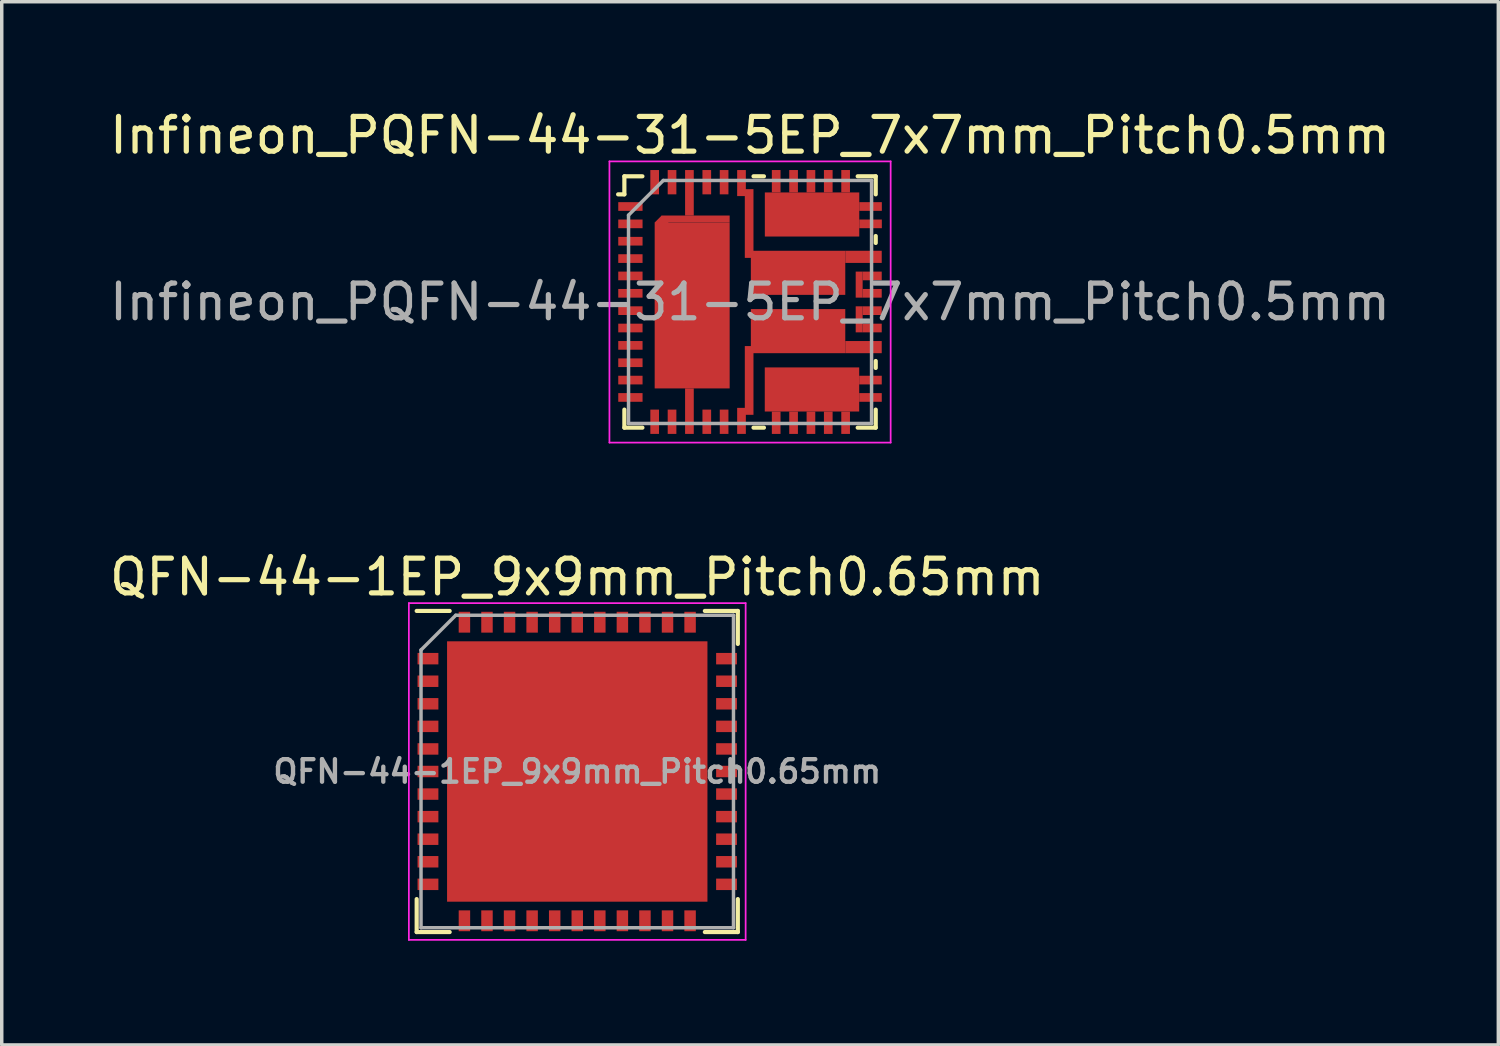
<source format=kicad_pcb>
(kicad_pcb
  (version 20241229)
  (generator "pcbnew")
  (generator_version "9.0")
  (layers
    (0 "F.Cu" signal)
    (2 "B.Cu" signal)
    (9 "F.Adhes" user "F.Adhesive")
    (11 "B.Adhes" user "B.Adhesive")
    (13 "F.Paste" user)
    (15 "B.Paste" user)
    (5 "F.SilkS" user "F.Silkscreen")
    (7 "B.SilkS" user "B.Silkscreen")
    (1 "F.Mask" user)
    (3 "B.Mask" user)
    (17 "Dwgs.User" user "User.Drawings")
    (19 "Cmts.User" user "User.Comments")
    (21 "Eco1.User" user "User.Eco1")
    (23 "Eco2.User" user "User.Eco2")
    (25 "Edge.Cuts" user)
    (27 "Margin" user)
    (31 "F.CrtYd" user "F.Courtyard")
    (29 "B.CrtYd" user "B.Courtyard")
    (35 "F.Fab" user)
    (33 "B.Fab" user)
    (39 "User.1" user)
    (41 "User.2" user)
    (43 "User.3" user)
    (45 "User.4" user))
  (footprint "QFN-44-1EP_9x9mm_Pitch0.65mm"
    (layer "F.Cu")
    (at 13.577 19.172)
    (property "Reference" "QFN-44-1EP_9x9mm_Pitch0.65mm" (at 0 -5.6 0) (layer "F.SilkS") (effects (font (size 1 1) (thickness 0.15))))
    (attr smd)
    (fp_line (start -4.625 -4.625) (end -3.675 -4.625) (stroke (width 0.12) (type solid)) (layer "F.SilkS"))
    (fp_line (start -4.625 4.625) (end -4.625 3.675) (stroke (width 0.12) (type solid)) (layer "F.SilkS"))
    (fp_line (start -3.675 4.625) (end -4.625 4.625) (stroke (width 0.12) (type solid)) (layer "F.SilkS"))
    (fp_line (start 3.675 -4.625) (end 4.625 -4.625) (stroke (width 0.12) (type solid)) (layer "F.SilkS"))
    (fp_line (start 3.675 4.625) (end 4.625 4.625) (stroke (width 0.12) (type solid)) (layer "F.SilkS"))
    (fp_line (start 4.625 -4.625) (end 4.625 -3.675) (stroke (width 0.12) (type solid)) (layer "F.SilkS"))
    (fp_line (start 4.625 4.625) (end 4.625 3.675) (stroke (width 0.12) (type solid)) (layer "F.SilkS"))
    (fp_line (start -4.85 -4.85) (end -4.85 4.85) (stroke (width 0.05) (type solid)) (layer "F.CrtYd"))
    (fp_line (start -4.85 4.85) (end 4.85 4.85) (stroke (width 0.05) (type solid)) (layer "F.CrtYd"))
    (fp_line (start 4.85 -4.85) (end -4.85 -4.85) (stroke (width 0.05) (type solid)) (layer "F.CrtYd"))
    (fp_line (start 4.85 4.85) (end 4.85 -4.85) (stroke (width 0.05) (type solid)) (layer "F.CrtYd"))
    (fp_line (start -4.5 -3.5) (end -3.5 -4.5) (stroke (width 0.1) (type solid)) (layer "F.Fab"))
    (fp_line (start -4.5 4.5) (end -4.5 -3.5) (stroke (width 0.1) (type solid)) (layer "F.Fab"))
    (fp_line (start -3.5 -4.5) (end 4.5 -4.5) (stroke (width 0.1) (type solid)) (layer "F.Fab"))
    (fp_line (start 4.5 -4.5) (end 4.5 4.5) (stroke (width 0.1) (type solid)) (layer "F.Fab"))
    (fp_line (start 4.5 4.5) (end -4.5 4.5) (stroke (width 0.1) (type solid)) (layer "F.Fab"))
    (fp_text user "${REFERENCE}" (at 0 0 0) (layer "F.Fab") (effects (font (size 0.65 0.65) (thickness 0.125))))
    (pad "" smd rect (at -1.875 -1.875) (size 2.65 2.65) (layers "F.Paste"))
    (pad "" smd rect (at -1.875 1.875) (size 2.65 2.65) (layers "F.Paste"))
    (pad "" smd rect (at 1.875 -1.875) (size 2.65 2.65) (layers "F.Paste"))
    (pad "" smd rect (at 1.875 1.875) (size 2.65 2.65) (layers "F.Paste"))
    (pad "1" smd rect (at -4.3 -3.25) (size 0.6 0.33) (layers "F.Cu" "F.Mask" "F.Paste"))
    (pad "2" smd rect (at -4.3 -2.6) (size 0.6 0.33) (layers "F.Cu" "F.Mask" "F.Paste"))
    (pad "3" smd rect (at -4.3 -1.95) (size 0.6 0.33) (layers "F.Cu" "F.Mask" "F.Paste"))
    (pad "4" smd rect (at -4.3 -1.3) (size 0.6 0.33) (layers "F.Cu" "F.Mask" "F.Paste"))
    (pad "5" smd rect (at -4.3 -0.65) (size 0.6 0.33) (layers "F.Cu" "F.Mask" "F.Paste"))
    (pad "6" smd rect (at -4.3 0) (size 0.6 0.33) (layers "F.Cu" "F.Mask" "F.Paste"))
    (pad "7" smd rect (at -4.3 0.65) (size 0.6 0.33) (layers "F.Cu" "F.Mask" "F.Paste"))
    (pad "8" smd rect (at -4.3 1.3) (size 0.6 0.33) (layers "F.Cu" "F.Mask" "F.Paste"))
    (pad "9" smd rect (at -4.3 1.95) (size 0.6 0.33) (layers "F.Cu" "F.Mask" "F.Paste"))
    (pad "10" smd rect (at -4.3 2.6) (size 0.6 0.33) (layers "F.Cu" "F.Mask" "F.Paste"))
    (pad "11" smd rect (at -4.3 3.25) (size 0.6 0.33) (layers "F.Cu" "F.Mask" "F.Paste"))
    (pad "12" smd rect (at -3.25 4.3 90) (size 0.6 0.33) (layers "F.Cu" "F.Mask" "F.Paste"))
    (pad "13" smd rect (at -2.6 4.3 90) (size 0.6 0.33) (layers "F.Cu" "F.Mask" "F.Paste"))
    (pad "14" smd rect (at -1.95 4.3 90) (size 0.6 0.33) (layers "F.Cu" "F.Mask" "F.Paste"))
    (pad "15" smd rect (at -1.3 4.3 90) (size 0.6 0.33) (layers "F.Cu" "F.Mask" "F.Paste"))
    (pad "16" smd rect (at -0.65 4.3 90) (size 0.6 0.33) (layers "F.Cu" "F.Mask" "F.Paste"))
    (pad "17" smd rect (at 0 4.3 90) (size 0.6 0.33) (layers "F.Cu" "F.Mask" "F.Paste"))
    (pad "18" smd rect (at 0.65 4.3 90) (size 0.6 0.33) (layers "F.Cu" "F.Mask" "F.Paste"))
    (pad "19" smd rect (at 1.3 4.3 90) (size 0.6 0.33) (layers "F.Cu" "F.Mask" "F.Paste"))
    (pad "20" smd rect (at 1.95 4.3 90) (size 0.6 0.33) (layers "F.Cu" "F.Mask" "F.Paste"))
    (pad "21" smd rect (at 2.6 4.3 90) (size 0.6 0.33) (layers "F.Cu" "F.Mask" "F.Paste"))
    (pad "22" smd rect (at 3.25 4.3 90) (size 0.6 0.33) (layers "F.Cu" "F.Mask" "F.Paste"))
    (pad "23" smd rect (at 4.3 3.25) (size 0.6 0.33) (layers "F.Cu" "F.Mask" "F.Paste"))
    (pad "24" smd rect (at 4.3 2.6) (size 0.6 0.33) (layers "F.Cu" "F.Mask" "F.Paste"))
    (pad "25" smd rect (at 4.3 1.95) (size 0.6 0.33) (layers "F.Cu" "F.Mask" "F.Paste"))
    (pad "26" smd rect (at 4.3 1.3) (size 0.6 0.33) (layers "F.Cu" "F.Mask" "F.Paste"))
    (pad "27" smd rect (at 4.3 0.65) (size 0.6 0.33) (layers "F.Cu" "F.Mask" "F.Paste"))
    (pad "28" smd rect (at 4.3 0) (size 0.6 0.33) (layers "F.Cu" "F.Mask" "F.Paste"))
    (pad "29" smd rect (at 4.3 -0.65) (size 0.6 0.33) (layers "F.Cu" "F.Mask" "F.Paste"))
    (pad "30" smd rect (at 4.3 -1.3) (size 0.6 0.33) (layers "F.Cu" "F.Mask" "F.Paste"))
    (pad "31" smd rect (at 4.3 -1.95) (size 0.6 0.33) (layers "F.Cu" "F.Mask" "F.Paste"))
    (pad "32" smd rect (at 4.3 -2.6) (size 0.6 0.33) (layers "F.Cu" "F.Mask" "F.Paste"))
    (pad "33" smd rect (at 4.3 -3.25) (size 0.6 0.33) (layers "F.Cu" "F.Mask" "F.Paste"))
    (pad "34" smd rect (at 3.25 -4.3 90) (size 0.6 0.33) (layers "F.Cu" "F.Mask" "F.Paste"))
    (pad "35" smd rect (at 2.6 -4.3 90) (size 0.6 0.33) (layers "F.Cu" "F.Mask" "F.Paste"))
    (pad "36" smd rect (at 1.95 -4.3 90) (size 0.6 0.33) (layers "F.Cu" "F.Mask" "F.Paste"))
    (pad "37" smd rect (at 1.3 -4.3 90) (size 0.6 0.33) (layers "F.Cu" "F.Mask" "F.Paste"))
    (pad "38" smd rect (at 0.65 -4.3 90) (size 0.6 0.33) (layers "F.Cu" "F.Mask" "F.Paste"))
    (pad "39" smd rect (at 0 -4.3 90) (size 0.6 0.33) (layers "F.Cu" "F.Mask" "F.Paste"))
    (pad "40" smd rect (at -0.65 -4.3 90) (size 0.6 0.33) (layers "F.Cu" "F.Mask" "F.Paste"))
    (pad "41" smd rect (at -1.3 -4.3 90) (size 0.6 0.33) (layers "F.Cu" "F.Mask" "F.Paste"))
    (pad "42" smd rect (at -1.95 -4.3 90) (size 0.6 0.33) (layers "F.Cu" "F.Mask" "F.Paste"))
    (pad "43" smd rect (at -2.6 -4.3 90) (size 0.6 0.33) (layers "F.Cu" "F.Mask" "F.Paste"))
    (pad "44" smd rect (at -3.25 -4.3 90) (size 0.6 0.33) (layers "F.Cu" "F.Mask" "F.Paste"))
    (pad "45" smd rect (at 0 0) (size 7.5 7.5) (layers "F.Cu" "F.Mask")))
  (footprint "Infineon_PQFN-44-31-5EP_7x7mm_Pitch0.5mm"
    (layer "F.Cu")
    (at 18.554 5.648)
    (property "Reference" "Infineon_PQFN-44-31-5EP_7x7mm_Pitch0.5mm" (at 0 -4.8 0) (layer "F.SilkS") (effects (font (size 1 1) (thickness 0.15))))
    (attr smd)
    (fp_line (start -3.62 -3.1) (end -3.8 -3.1) (stroke (width 0.12) (type solid)) (layer "F.SilkS"))
    (fp_line (start -3.62 -3.1) (end -3.62 -3.62) (stroke (width 0.12) (type solid)) (layer "F.SilkS"))
    (fp_line (start -3.62 3.62) (end -3.62 3.1) (stroke (width 0.12) (type solid)) (layer "F.SilkS"))
    (fp_line (start -3.1 -3.62) (end -3.62 -3.62) (stroke (width 0.12) (type solid)) (layer "F.SilkS"))
    (fp_line (start -3.1 3.62) (end -3.62 3.62) (stroke (width 0.12) (type solid)) (layer "F.SilkS"))
    (fp_line (start 0.1 -3.62) (end 0.4 -3.62) (stroke (width 0.12) (type solid)) (layer "F.SilkS"))
    (fp_line (start 0.1 3.62) (end 0.4 3.62) (stroke (width 0.12) (type solid)) (layer "F.SilkS"))
    (fp_line (start 3.62 -3.62) (end 3.1 -3.62) (stroke (width 0.12) (type solid)) (layer "F.SilkS"))
    (fp_line (start 3.62 -3.62) (end 3.62 -3.1) (stroke (width 0.12) (type solid)) (layer "F.SilkS"))
    (fp_line (start 3.62 -1.9) (end 3.62 -1.7) (stroke (width 0.12) (type solid)) (layer "F.SilkS"))
    (fp_line (start 3.62 1.9) (end 3.62 1.7) (stroke (width 0.12) (type solid)) (layer "F.SilkS"))
    (fp_line (start 3.62 3.1) (end 3.62 3.62) (stroke (width 0.12) (type solid)) (layer "F.SilkS"))
    (fp_line (start 3.62 3.62) (end 3.1 3.62) (stroke (width 0.12) (type solid)) (layer "F.SilkS"))
    (fp_line (start -4.05 -4.05) (end -4.05 4.05) (stroke (width 0.05) (type solid)) (layer "F.CrtYd"))
    (fp_line (start -4.05 4.05) (end 4.05 4.05) (stroke (width 0.05) (type solid)) (layer "F.CrtYd"))
    (fp_line (start 4.05 -4.05) (end -4.05 -4.05) (stroke (width 0.05) (type solid)) (layer "F.CrtYd"))
    (fp_line (start 4.05 4.05) (end 4.05 -4.05) (stroke (width 0.05) (type solid)) (layer "F.CrtYd"))
    (fp_line (start -3.5 3.5) (end -3.5 -2.5) (stroke (width 0.1) (type solid)) (layer "F.Fab"))
    (fp_line (start -2.5 -3.5) (end -3.5 -2.5) (stroke (width 0.1) (type solid)) (layer "F.Fab"))
    (fp_line (start -2.5 -3.5) (end 3.5 -3.5) (stroke (width 0.1) (type solid)) (layer "F.Fab"))
    (fp_line (start 3.5 -3.5) (end 3.5 3.5) (stroke (width 0.1) (type solid)) (layer "F.Fab"))
    (fp_line (start 3.5 3.5) (end -3.5 3.5) (stroke (width 0.1) (type solid)) (layer "F.Fab"))
    (fp_text user "${REFERENCE}" (at 0 0 0) (layer "F.Fab") (effects (font (size 1 1) (thickness 0.15))))
    (pad "" smd rect (at -3.321 -2.75) (size 0.39 0.22) (layers "F.Paste"))
    (pad "" smd rect (at -3.321 -2.25) (size 0.39 0.22) (layers "F.Paste"))
    (pad "" smd rect (at -3.321 -1.75) (size 0.39 0.22) (layers "F.Paste"))
    (pad "" smd rect (at -3.321 -1.25) (size 0.39 0.22) (layers "F.Paste"))
    (pad "" smd rect (at -3.321 -0.75) (size 0.39 0.22) (layers "F.Paste"))
    (pad "" smd rect (at -3.321 -0.25) (size 0.39 0.22) (layers "F.Paste"))
    (pad "" smd rect (at -3.321 0.25) (size 0.39 0.22) (layers "F.Paste"))
    (pad "" smd rect (at -3.321 0.75) (size 0.39 0.22) (layers "F.Paste"))
    (pad "" smd rect (at -3.321 1.25) (size 0.39 0.22) (layers "F.Paste"))
    (pad "" smd rect (at -3.321 1.75) (size 0.39 0.22) (layers "F.Paste"))
    (pad "" smd rect (at -3.321 2.25) (size 0.39 0.22) (layers "F.Paste"))
    (pad "" smd rect (at -3.321 2.75) (size 0.39 0.22) (layers "F.Paste"))
    (pad "" smd rect (at -2.747 -3.325) (size 0.22 0.39) (layers "F.Paste"))
    (pad "" smd rect (at -2.747 3.325) (size 0.22 0.39) (layers "F.Paste"))
    (pad "" smd rect (at -2.247 -3.325) (size 0.22 0.39) (layers "F.Paste"))
    (pad "" smd rect (at -2.247 3.325) (size 0.22 0.39) (layers "F.Paste"))
    (pad "" smd rect (at -2.207 -1.76) (size 0.77 0.93) (layers "F.Mask" "F.Paste"))
    (pad "" smd rect (at -2.207 -0.52) (size 0.77 0.93) (layers "F.Mask" "F.Paste"))
    (pad "" smd rect (at -2.207 0.72) (size 0.77 0.93) (layers "F.Mask" "F.Paste"))
    (pad "" smd rect (at -2.207 1.96) (size 0.77 0.93) (layers "F.Mask" "F.Paste"))
    (pad "" smd rect (at -1.746 -3.015) (size 0.23 1.01) (layers "F.Paste"))
    (pad "" smd rect (at -1.746 3.015) (size 0.23 1.01) (layers "F.Paste"))
    (pad "" smd rect (at -1.246 -3.325) (size 0.22 0.39) (layers "F.Paste"))
    (pad "" smd rect (at -1.246 3.325) (size 0.22 0.39) (layers "F.Paste"))
    (pad "" smd rect (at -1.127 -1.76) (size 0.77 0.93) (layers "F.Mask" "F.Paste"))
    (pad "" smd rect (at -1.127 -0.52) (size 0.77 0.93) (layers "F.Mask" "F.Paste"))
    (pad "" smd rect (at -1.127 0.72) (size 0.77 0.93) (layers "F.Mask" "F.Paste"))
    (pad "" smd rect (at -1.127 1.96) (size 0.77 0.93) (layers "F.Mask" "F.Paste"))
    (pad "" smd rect (at -0.747 -3.325) (size 0.22 0.39) (layers "F.Paste"))
    (pad "" smd rect (at -0.747 3.325) (size 0.22 0.39) (layers "F.Paste"))
    (pad "" smd rect (at -0.246 -3.28) (size 0.23 0.44) (layers "F.Paste"))
    (pad "" smd rect (at -0.246 3.28) (size 0.23 0.44) (layers "F.Paste"))
    (pad "" smd rect (at -0.026 -3.07) (size 0.21 0.34) (layers "F.Paste"))
    (pad "" smd rect (at -0.026 -2.37) (size 0.21 0.34) (layers "F.Paste"))
    (pad "" smd rect (at -0.026 -1.67) (size 0.21 0.34) (layers "F.Paste"))
    (pad "" smd rect (at -0.026 1.67) (size 0.21 0.34) (layers "F.Paste"))
    (pad "" smd rect (at -0.026 2.37) (size 0.21 0.34) (layers "F.Paste"))
    (pad "" smd rect (at -0.026 3.07) (size 0.21 0.34) (layers "F.Paste"))
    (pad "" smd rect (at 0.473 -0.84) (size 0.68 0.9) (layers "F.Mask" "F.Paste"))
    (pad "" smd rect (at 0.473 0.84) (size 0.68 0.9) (layers "F.Mask" "F.Paste"))
    (pad "" smd rect (at 0.753 -3.325) (size 0.22 0.35) (layers "F.Mask" "F.Paste"))
    (pad "" smd rect (at 0.753 3.325) (size 0.22 0.35) (layers "F.Mask" "F.Paste"))
    (pad "" smd rect (at 0.876 -2.515) (size 0.65 0.9) (layers "F.Mask" "F.Paste"))
    (pad "" smd rect (at 0.876 2.515) (size 0.65 0.9) (layers "F.Mask" "F.Paste"))
    (pad "" smd rect (at 1.254 -3.325) (size 0.22 0.35) (layers "F.Mask" "F.Paste"))
    (pad "" smd rect (at 1.254 3.325) (size 0.22 0.35) (layers "F.Mask" "F.Paste"))
    (pad "" smd rect (at 1.383 -0.84) (size 0.68 0.9) (layers "F.Mask" "F.Paste"))
    (pad "" smd rect (at 1.383 0.84) (size 0.68 0.9) (layers "F.Mask" "F.Paste"))
    (pad "" smd rect (at 1.754 -3.325) (size 0.22 0.35) (layers "F.Mask" "F.Paste"))
    (pad "" smd rect (at 1.754 3.325) (size 0.22 0.35) (layers "F.Mask" "F.Paste"))
    (pad "" smd rect (at 1.786 -2.515) (size 0.65 0.9) (layers "F.Mask" "F.Paste"))
    (pad "" smd rect (at 1.786 2.515) (size 0.65 0.9) (layers "F.Mask" "F.Paste"))
    (pad "" smd rect (at 2.253 -3.325) (size 0.22 0.35) (layers "F.Mask" "F.Paste"))
    (pad "" smd rect (at 2.253 3.325) (size 0.22 0.35) (layers "F.Mask" "F.Paste"))
    (pad "" smd rect (at 2.293 -0.84) (size 0.68 0.9) (layers "F.Mask" "F.Paste"))
    (pad "" smd rect (at 2.293 0.84) (size 0.68 0.9) (layers "F.Mask" "F.Paste"))
    (pad "" smd rect (at 2.696 -2.515) (size 0.65 0.9) (layers "F.Mask" "F.Paste"))
    (pad "" smd rect (at 2.696 2.515) (size 0.65 0.9) (layers "F.Mask" "F.Paste"))
    (pad "" smd rect (at 2.753 -3.325) (size 0.22 0.35) (layers "F.Mask" "F.Paste"))
    (pad "" smd rect (at 2.753 3.325) (size 0.22 0.35) (layers "F.Mask" "F.Paste"))
    (pad "" smd rect (at 3.163 -1.3) (size 0.68 0.22) (layers "F.Mask" "F.Paste"))
    (pad "" smd rect (at 3.163 1.3) (size 0.68 0.22) (layers "F.Mask" "F.Paste"))
    (pad "" smd rect (at 3.284 -0.75) (size 0.44 0.22) (layers "F.Mask" "F.Paste"))
    (pad "" smd rect (at 3.284 -0.25) (size 0.44 0.22) (layers "F.Mask" "F.Paste"))
    (pad "" smd rect (at 3.284 0.25) (size 0.44 0.22) (layers "F.Mask" "F.Paste"))
    (pad "" smd rect (at 3.284 0.75) (size 0.44 0.22) (layers "F.Mask" "F.Paste"))
    (pad "" smd rect (at 3.364 -2.75) (size 0.28 0.22) (layers "F.Mask" "F.Paste"))
    (pad "" smd rect (at 3.364 -2.25) (size 0.28 0.22) (layers "F.Mask" "F.Paste"))
    (pad "" smd rect (at 3.364 2.25) (size 0.28 0.22) (layers "F.Mask" "F.Paste"))
    (pad "" smd rect (at 3.364 2.75) (size 0.28 0.22) (layers "F.Mask" "F.Paste"))
    (pad "1" smd rect (at -3.446 -2.75) (size 0.7 0.25) (layers "F.Cu" "F.Mask"))
    (pad "2" smd rect (at -3.446 -2.25) (size 0.7 0.25) (layers "F.Cu" "F.Mask"))
    (pad "3" smd rect (at -3.446 -1.75) (size 0.7 0.25) (layers "F.Cu" "F.Mask"))
    (pad "4" smd rect (at -3.446 -1.25) (size 0.7 0.25) (layers "F.Cu" "F.Mask"))
    (pad "5" smd rect (at -3.446 -0.75) (size 0.7 0.25) (layers "F.Cu" "F.Mask"))
    (pad "6" smd rect (at -3.446 -0.25) (size 0.7 0.25) (layers "F.Cu" "F.Mask"))
    (pad "7" smd rect (at -3.446 0.25) (size 0.7 0.25) (layers "F.Cu" "F.Mask"))
    (pad "8" smd rect (at -3.446 0.75) (size 0.7 0.25) (layers "F.Cu" "F.Mask"))
    (pad "9" smd rect (at -3.446 1.25) (size 0.7 0.25) (layers "F.Cu" "F.Mask"))
    (pad "10" smd rect (at -3.446 1.75) (size 0.7 0.25) (layers "F.Cu" "F.Mask"))
    (pad "11" smd rect (at -3.446 2.25) (size 0.7 0.25) (layers "F.Cu" "F.Mask"))
    (pad "12" smd rect (at -3.446 2.75) (size 0.7 0.25) (layers "F.Cu" "F.Mask"))
    (pad "13" smd rect (at -2.747 3.45) (size 0.25 0.7) (layers "F.Cu" "F.Mask"))
    (pad "14" smd rect (at -2.247 3.45) (size 0.25 0.7) (layers "F.Cu" "F.Mask"))
    (pad "16" smd rect (at -1.246 3.45) (size 0.25 0.7) (layers "F.Cu" "F.Mask"))
    (pad "17" smd rect (at -0.747 3.45) (size 0.25 0.7) (layers "F.Cu" "F.Mask"))
    (pad "19" smd rect (at 0.753 3.478) (size 0.25 0.645) (layers "F.Cu" "F.Mask"))
    (pad "19" smd rect (at 1.254 3.478) (size 0.25 0.645) (layers "F.Cu" "F.Mask"))
    (pad "19" smd rect (at 1.754 3.478) (size 0.25 0.645) (layers "F.Cu" "F.Mask"))
    (pad "19" smd rect (at 1.784 2.52) (size 2.72 1.27) (layers "F.Cu" "F.Mask"))
    (pad "19" smd rect (at 2.253 3.478) (size 0.25 0.645) (layers "F.Cu" "F.Mask"))
    (pad "19" smd rect (at 2.753 3.478) (size 0.25 0.645) (layers "F.Cu" "F.Mask"))
    (pad "19" smd rect (at 3.469 2.25) (size 0.65 0.25) (layers "F.Cu" "F.Mask"))
    (pad "19" smd rect (at 3.469 2.75) (size 0.65 0.25) (layers "F.Cu" "F.Mask"))
    (pad "20" smd rect (at -0.246 3.425) (size 0.25 0.75) (layers "F.Cu" "F.Mask"))
    (pad "20" smd rect (at -0.026 2.26) (size 0.25 1.98) (layers "F.Cu" "F.Mask"))
    (pad "20" smd rect (at 1.383 0.84) (size 2.72 1.27) (layers "F.Cu" "F.Mask"))
    (pad "20" smd rect (at 3.268 1.3) (size 1.05 0.35) (layers "F.Cu" "F.Mask"))
    (pad "21" smd rect (at 3.143 0.5) (size 0.2 0.75) (layers "F.Cu" "F.Mask"))
    (pad "21" smd rect (at 3.518 0.25) (size 0.55 0.25) (layers "F.Cu" "F.Mask"))
    (pad "21" smd rect (at 3.518 0.75) (size 0.55 0.25) (layers "F.Cu" "F.Mask"))
    (pad "22" smd rect (at 3.143 -0.5) (size 0.2 0.75) (layers "F.Cu" "F.Mask"))
    (pad "22" smd rect (at 3.518 -0.75) (size 0.55 0.25) (layers "F.Cu" "F.Mask"))
    (pad "22" smd rect (at 3.518 -0.25) (size 0.55 0.25) (layers "F.Cu" "F.Mask"))
    (pad "23" smd rect (at -0.246 -3.425) (size 0.25 0.75) (layers "F.Cu" "F.Mask"))
    (pad "23" smd rect (at -0.026 -2.26) (size 0.25 1.98) (layers "F.Cu" "F.Mask"))
    (pad "23" smd rect (at 1.383 -0.84) (size 2.72 1.27) (layers "F.Cu" "F.Mask"))
    (pad "23" smd rect (at 3.268 -1.3) (size 1.05 0.35) (layers "F.Cu" "F.Mask"))
    (pad "24" smd rect (at 0.753 -3.478) (size 0.25 0.645) (layers "F.Cu" "F.Mask"))
    (pad "24" smd rect (at 1.254 -3.478) (size 0.25 0.645) (layers "F.Cu" "F.Mask"))
    (pad "24" smd rect (at 1.754 -3.478) (size 0.25 0.645) (layers "F.Cu" "F.Mask"))
    (pad "24" smd rect (at 1.786 -2.52) (size 2.72 1.27) (layers "F.Cu" "F.Mask"))
    (pad "24" smd rect (at 2.253 -3.478) (size 0.25 0.645) (layers "F.Cu" "F.Mask"))
    (pad "24" smd rect (at 2.753 -3.478) (size 0.25 0.645) (layers "F.Cu" "F.Mask"))
    (pad "24" smd rect (at 3.471 -2.75) (size 0.65 0.25) (layers "F.Cu" "F.Mask"))
    (pad "24" smd rect (at 3.471 -2.25) (size 0.65 0.25) (layers "F.Cu" "F.Mask"))
    (pad "26" smd rect (at -0.747 -3.45) (size 0.25 0.7) (layers "F.Cu" "F.Mask"))
    (pad "27" smd rect (at -1.246 -3.45) (size 0.25 0.7) (layers "F.Cu" "F.Mask"))
    (pad "29" smd rect (at -2.247 -3.45) (size 0.25 0.7) (layers "F.Cu" "F.Mask"))
    (pad "30" smd rect (at -2.747 -3.45) (size 0.25 0.7) (layers "F.Cu" "F.Mask"))
    (pad "31" smd rect (at -2.546 -2.29 45) (size 0.283 0.283) (layers "F.Cu" "F.Mask"))
    (pad "31" smd rect (at -1.746 -3.145) (size 0.25 1.31) (layers "F.Cu" "F.Mask"))
    (pad "31" smd rect (at -1.746 3.145) (size 0.25 1.31) (layers "F.Cu" "F.Mask"))
    (pad "31" smd rect (at -1.667 0.1) (size 2.16 4.78) (layers "F.Cu" "F.Mask"))
    (pad "31" smd rect (at -1.567 -2.39) (size 1.96 0.2) (layers "F.Cu" "F.Mask")))
  (gr_rect
    (start -3 -3)
    (end 40.107 27.047)
    (stroke (width 0.1) (type default))
    (fill no)
    (layer "Edge.Cuts")))
</source>
